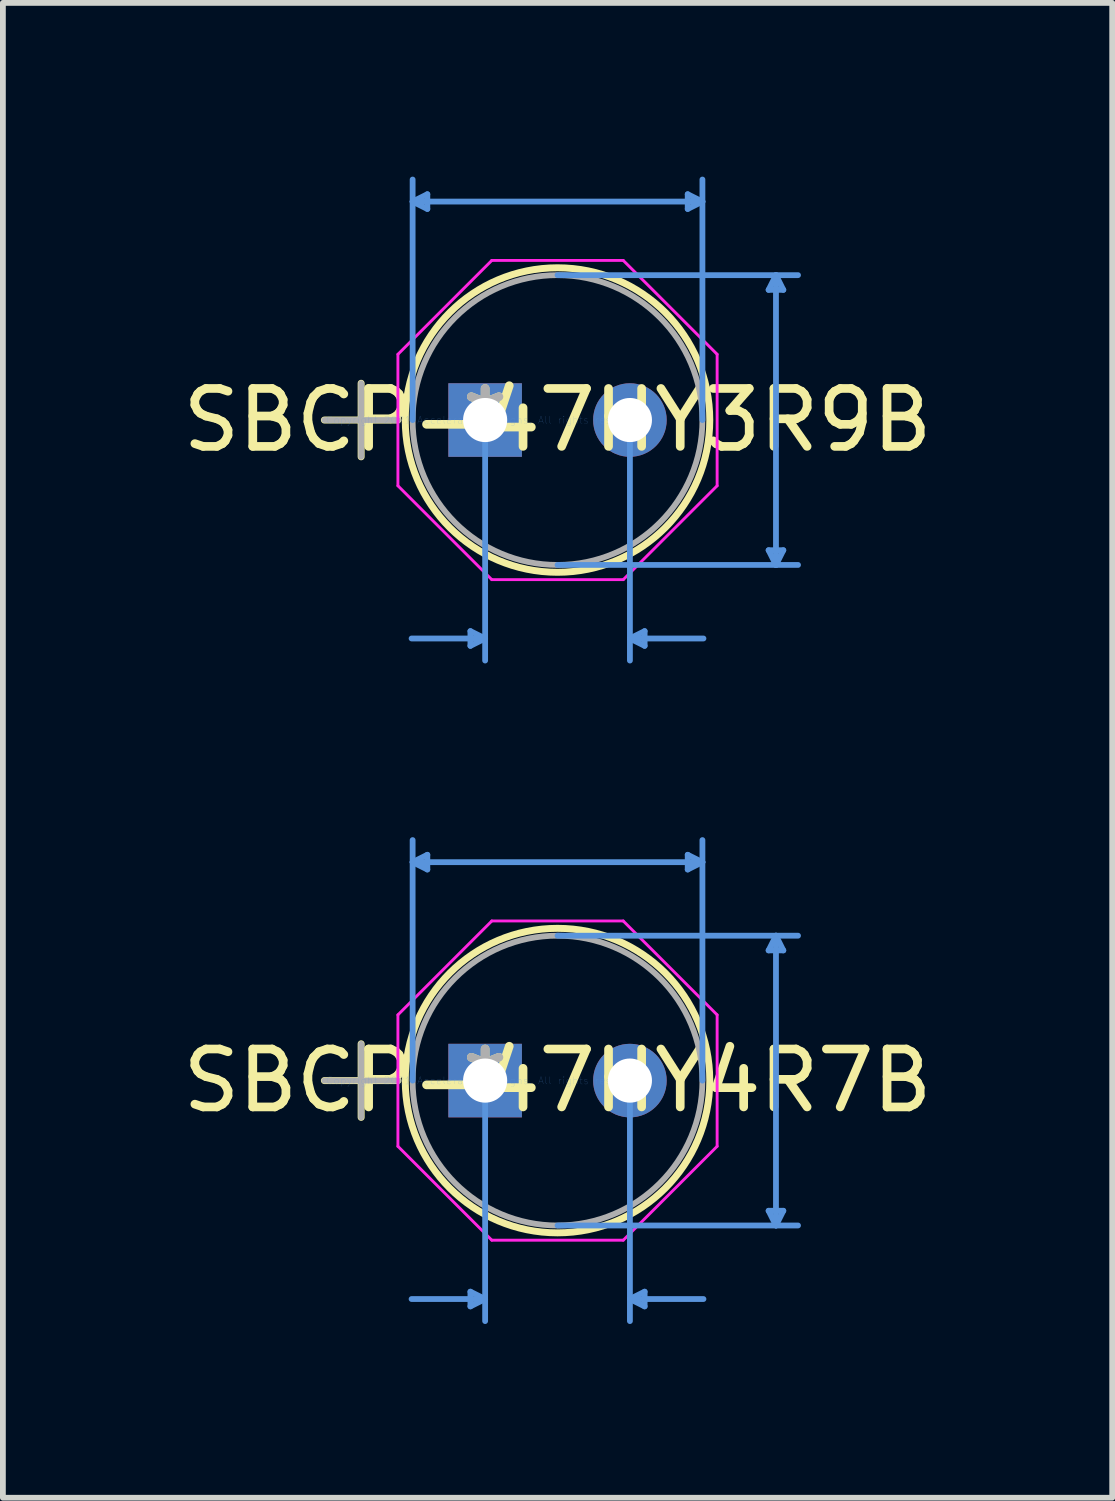
<source format=kicad_pcb>
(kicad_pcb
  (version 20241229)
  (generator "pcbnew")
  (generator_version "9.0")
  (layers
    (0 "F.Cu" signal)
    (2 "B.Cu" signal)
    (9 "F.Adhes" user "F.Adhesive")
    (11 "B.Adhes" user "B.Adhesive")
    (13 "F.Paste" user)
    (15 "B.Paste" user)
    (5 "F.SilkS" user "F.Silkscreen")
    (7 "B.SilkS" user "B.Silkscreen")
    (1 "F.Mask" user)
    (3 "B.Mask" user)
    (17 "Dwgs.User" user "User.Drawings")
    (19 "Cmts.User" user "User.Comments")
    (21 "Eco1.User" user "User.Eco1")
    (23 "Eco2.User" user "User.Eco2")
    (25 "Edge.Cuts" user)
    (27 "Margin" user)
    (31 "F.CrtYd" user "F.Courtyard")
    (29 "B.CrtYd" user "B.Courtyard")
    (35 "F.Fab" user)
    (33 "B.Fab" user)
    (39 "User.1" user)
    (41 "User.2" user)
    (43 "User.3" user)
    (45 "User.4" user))
  (footprint "SBCP-47HY3R9B"
    (layer "F.Cu")
    (at 5.327 4.203)
    (property "Reference" "SBCP-47HY3R9B" (at 1.25 0 0) (layer "F.SilkS") (effects (font (size 1 1) (thickness 0.15))))
    (attr through_hole)
    (fp_line (start -2.776 0) (end -1.506 0) (stroke (width 0.12) (type solid)) (layer "F.SilkS"))
    (fp_line (start -2.141 -0.635) (end -2.141 0.635) (stroke (width 0.12) (type solid)) (layer "F.SilkS"))
    (fp_circle (center 1.25 0) (end 3.879 0) (stroke (width 0.12) (type solid)) (fill no) (layer "F.SilkS"))
    (fp_line (start -1.252 -3.772) (end -0.998 -3.899) (stroke (width 0.1) (type solid)) (layer "Cmts.User"))
    (fp_line (start -1.252 -3.772) (end -0.998 -3.645) (stroke (width 0.1) (type solid)) (layer "Cmts.User"))
    (fp_line (start -1.252 -3.772) (end 3.752 -3.772) (stroke (width 0.1) (type solid)) (layer "Cmts.User"))
    (fp_line (start -1.252 0) (end -1.252 -4.153) (stroke (width 0.1) (type solid)) (layer "Cmts.User"))
    (fp_line (start -0.998 -3.899) (end -0.998 -3.645) (stroke (width 0.1) (type solid)) (layer "Cmts.User"))
    (fp_line (start -0.254 3.645) (end -0.254 3.899) (stroke (width 0.1) (type solid)) (layer "Cmts.User"))
    (fp_line (start 0 0) (end 0 4.153) (stroke (width 0.1) (type solid)) (layer "Cmts.User"))
    (fp_line (start 0 3.772) (end -1.27 3.772) (stroke (width 0.1) (type solid)) (layer "Cmts.User"))
    (fp_line (start 0 3.772) (end -0.254 3.645) (stroke (width 0.1) (type solid)) (layer "Cmts.User"))
    (fp_line (start 0 3.772) (end -0.254 3.899) (stroke (width 0.1) (type solid)) (layer "Cmts.User"))
    (fp_line (start 1.25 -2.502) (end 5.403 -2.502) (stroke (width 0.1) (type solid)) (layer "Cmts.User"))
    (fp_line (start 1.25 2.502) (end 5.403 2.502) (stroke (width 0.1) (type solid)) (layer "Cmts.User"))
    (fp_line (start 2.5 0) (end 2.5 4.153) (stroke (width 0.1) (type solid)) (layer "Cmts.User"))
    (fp_line (start 2.5 3.772) (end 2.754 3.645) (stroke (width 0.1) (type solid)) (layer "Cmts.User"))
    (fp_line (start 2.5 3.772) (end 2.754 3.899) (stroke (width 0.1) (type solid)) (layer "Cmts.User"))
    (fp_line (start 2.5 3.772) (end 3.77 3.772) (stroke (width 0.1) (type solid)) (layer "Cmts.User"))
    (fp_line (start 2.754 3.645) (end 2.754 3.899) (stroke (width 0.1) (type solid)) (layer "Cmts.User"))
    (fp_line (start 3.498 -3.899) (end 3.498 -3.645) (stroke (width 0.1) (type solid)) (layer "Cmts.User"))
    (fp_line (start 3.752 -3.772) (end 3.498 -3.899) (stroke (width 0.1) (type solid)) (layer "Cmts.User"))
    (fp_line (start 3.752 -3.772) (end 3.498 -3.645) (stroke (width 0.1) (type solid)) (layer "Cmts.User"))
    (fp_line (start 3.752 0) (end 3.752 -4.153) (stroke (width 0.1) (type solid)) (layer "Cmts.User"))
    (fp_line (start 4.895 -2.248) (end 5.149 -2.248) (stroke (width 0.1) (type solid)) (layer "Cmts.User"))
    (fp_line (start 4.895 2.248) (end 5.149 2.248) (stroke (width 0.1) (type solid)) (layer "Cmts.User"))
    (fp_line (start 5.022 -2.502) (end 4.895 -2.248) (stroke (width 0.1) (type solid)) (layer "Cmts.User"))
    (fp_line (start 5.022 -2.502) (end 5.022 2.502) (stroke (width 0.1) (type solid)) (layer "Cmts.User"))
    (fp_line (start 5.022 -2.502) (end 5.149 -2.248) (stroke (width 0.1) (type solid)) (layer "Cmts.User"))
    (fp_line (start 5.022 2.502) (end 4.895 2.248) (stroke (width 0.1) (type solid)) (layer "Cmts.User"))
    (fp_line (start 5.022 2.502) (end 5.149 2.248) (stroke (width 0.1) (type solid)) (layer "Cmts.User"))
    (fp_line (start -1.506 -1.135) (end 0.115 -2.756) (stroke (width 0.05) (type solid)) (layer "F.CrtYd"))
    (fp_line (start -1.506 1.135) (end -1.506 -1.135) (stroke (width 0.05) (type solid)) (layer "F.CrtYd"))
    (fp_line (start 0.115 -2.756) (end 2.385 -2.756) (stroke (width 0.05) (type solid)) (layer "F.CrtYd"))
    (fp_line (start 0.115 2.756) (end -1.506 1.135) (stroke (width 0.05) (type solid)) (layer "F.CrtYd"))
    (fp_line (start 2.385 -2.756) (end 4.006 -1.135) (stroke (width 0.05) (type solid)) (layer "F.CrtYd"))
    (fp_line (start 2.385 2.756) (end 0.115 2.756) (stroke (width 0.05) (type solid)) (layer "F.CrtYd"))
    (fp_line (start 4.006 -1.135) (end 4.006 1.135) (stroke (width 0.05) (type solid)) (layer "F.CrtYd"))
    (fp_line (start 4.006 1.135) (end 2.385 2.756) (stroke (width 0.05) (type solid)) (layer "F.CrtYd"))
    (fp_line (start -2.776 0) (end -1.506 0) (stroke (width 0.1) (type solid)) (layer "F.Fab"))
    (fp_line (start -2.141 -0.635) (end -2.141 0.635) (stroke (width 0.1) (type solid)) (layer "F.Fab"))
    (fp_circle (center 1.25 0) (end 3.752 0) (stroke (width 0.1) (type solid)) (fill no) (layer "F.Fab"))
    (fp_text user "*" (at 0 0 0) (layer "F.SilkS") (effects (font (size 1 1) (thickness 0.15))))
    (fp_text user "Copyright 2021 Accelerated Designs. All rights reserved." (at 0 0 0) (layer "Cmts.User") (effects (font (size 0.127 0.127) (thickness 0.002))))
    (fp_text user "*" (at 0 0 0) (layer "F.Fab") (effects (font (size 1 1) (thickness 0.15))))
    (pad "1" thru_hole rect (at 0 0) (size 1.27 1.27) (drill 0.762) (layers "*.Cu" "*.Mask"))
    (pad "2" thru_hole circle (at 2.5 0) (size 1.27 1.27) (drill 0.762) (layers "*.Cu" "*.Mask")))
  (footprint "SBCP-47HY4R7B"
    (layer "F.Cu")
    (at 5.327 15.609)
    (property "Reference" "SBCP-47HY4R7B" (at 1.25 0 0) (layer "F.SilkS") (effects (font (size 1 1) (thickness 0.15))))
    (attr through_hole)
    (fp_line (start -2.776 0) (end -1.506 0) (stroke (width 0.12) (type solid)) (layer "F.SilkS"))
    (fp_line (start -2.141 -0.635) (end -2.141 0.635) (stroke (width 0.12) (type solid)) (layer "F.SilkS"))
    (fp_circle (center 1.25 0) (end 3.879 0) (stroke (width 0.12) (type solid)) (fill no) (layer "F.SilkS"))
    (fp_line (start -1.252 -3.772) (end -0.998 -3.899) (stroke (width 0.1) (type solid)) (layer "Cmts.User"))
    (fp_line (start -1.252 -3.772) (end -0.998 -3.645) (stroke (width 0.1) (type solid)) (layer "Cmts.User"))
    (fp_line (start -1.252 -3.772) (end 3.752 -3.772) (stroke (width 0.1) (type solid)) (layer "Cmts.User"))
    (fp_line (start -1.252 0) (end -1.252 -4.153) (stroke (width 0.1) (type solid)) (layer "Cmts.User"))
    (fp_line (start -0.998 -3.899) (end -0.998 -3.645) (stroke (width 0.1) (type solid)) (layer "Cmts.User"))
    (fp_line (start -0.254 3.645) (end -0.254 3.899) (stroke (width 0.1) (type solid)) (layer "Cmts.User"))
    (fp_line (start 0 0) (end 0 4.153) (stroke (width 0.1) (type solid)) (layer "Cmts.User"))
    (fp_line (start 0 3.772) (end -1.27 3.772) (stroke (width 0.1) (type solid)) (layer "Cmts.User"))
    (fp_line (start 0 3.772) (end -0.254 3.645) (stroke (width 0.1) (type solid)) (layer "Cmts.User"))
    (fp_line (start 0 3.772) (end -0.254 3.899) (stroke (width 0.1) (type solid)) (layer "Cmts.User"))
    (fp_line (start 1.25 -2.502) (end 5.403 -2.502) (stroke (width 0.1) (type solid)) (layer "Cmts.User"))
    (fp_line (start 1.25 2.502) (end 5.403 2.502) (stroke (width 0.1) (type solid)) (layer "Cmts.User"))
    (fp_line (start 2.5 0) (end 2.5 4.153) (stroke (width 0.1) (type solid)) (layer "Cmts.User"))
    (fp_line (start 2.5 3.772) (end 2.754 3.645) (stroke (width 0.1) (type solid)) (layer "Cmts.User"))
    (fp_line (start 2.5 3.772) (end 2.754 3.899) (stroke (width 0.1) (type solid)) (layer "Cmts.User"))
    (fp_line (start 2.5 3.772) (end 3.77 3.772) (stroke (width 0.1) (type solid)) (layer "Cmts.User"))
    (fp_line (start 2.754 3.645) (end 2.754 3.899) (stroke (width 0.1) (type solid)) (layer "Cmts.User"))
    (fp_line (start 3.498 -3.899) (end 3.498 -3.645) (stroke (width 0.1) (type solid)) (layer "Cmts.User"))
    (fp_line (start 3.752 -3.772) (end 3.498 -3.899) (stroke (width 0.1) (type solid)) (layer "Cmts.User"))
    (fp_line (start 3.752 -3.772) (end 3.498 -3.645) (stroke (width 0.1) (type solid)) (layer "Cmts.User"))
    (fp_line (start 3.752 0) (end 3.752 -4.153) (stroke (width 0.1) (type solid)) (layer "Cmts.User"))
    (fp_line (start 4.895 -2.248) (end 5.149 -2.248) (stroke (width 0.1) (type solid)) (layer "Cmts.User"))
    (fp_line (start 4.895 2.248) (end 5.149 2.248) (stroke (width 0.1) (type solid)) (layer "Cmts.User"))
    (fp_line (start 5.022 -2.502) (end 4.895 -2.248) (stroke (width 0.1) (type solid)) (layer "Cmts.User"))
    (fp_line (start 5.022 -2.502) (end 5.022 2.502) (stroke (width 0.1) (type solid)) (layer "Cmts.User"))
    (fp_line (start 5.022 -2.502) (end 5.149 -2.248) (stroke (width 0.1) (type solid)) (layer "Cmts.User"))
    (fp_line (start 5.022 2.502) (end 4.895 2.248) (stroke (width 0.1) (type solid)) (layer "Cmts.User"))
    (fp_line (start 5.022 2.502) (end 5.149 2.248) (stroke (width 0.1) (type solid)) (layer "Cmts.User"))
    (fp_line (start -1.506 -1.135) (end 0.115 -2.756) (stroke (width 0.05) (type solid)) (layer "F.CrtYd"))
    (fp_line (start -1.506 1.135) (end -1.506 -1.135) (stroke (width 0.05) (type solid)) (layer "F.CrtYd"))
    (fp_line (start 0.115 -2.756) (end 2.385 -2.756) (stroke (width 0.05) (type solid)) (layer "F.CrtYd"))
    (fp_line (start 0.115 2.756) (end -1.506 1.135) (stroke (width 0.05) (type solid)) (layer "F.CrtYd"))
    (fp_line (start 2.385 -2.756) (end 4.006 -1.135) (stroke (width 0.05) (type solid)) (layer "F.CrtYd"))
    (fp_line (start 2.385 2.756) (end 0.115 2.756) (stroke (width 0.05) (type solid)) (layer "F.CrtYd"))
    (fp_line (start 4.006 -1.135) (end 4.006 1.135) (stroke (width 0.05) (type solid)) (layer "F.CrtYd"))
    (fp_line (start 4.006 1.135) (end 2.385 2.756) (stroke (width 0.05) (type solid)) (layer "F.CrtYd"))
    (fp_line (start -2.776 0) (end -1.506 0) (stroke (width 0.1) (type solid)) (layer "F.Fab"))
    (fp_line (start -2.141 -0.635) (end -2.141 0.635) (stroke (width 0.1) (type solid)) (layer "F.Fab"))
    (fp_circle (center 1.25 0) (end 3.752 0) (stroke (width 0.1) (type solid)) (fill no) (layer "F.Fab"))
    (fp_text user "*" (at 0 0 0) (layer "F.SilkS") (effects (font (size 1 1) (thickness 0.15))))
    (fp_text user "Copyright 2021 Accelerated Designs. All rights reserved." (at 0 0 0) (layer "Cmts.User") (effects (font (size 0.127 0.127) (thickness 0.002))))
    (fp_text user "*" (at 0 0 0) (layer "F.Fab") (effects (font (size 1 1) (thickness 0.15))))
    (pad "1" thru_hole rect (at 0 0) (size 1.27 1.27) (drill 0.762) (layers "*.Cu" "*.Mask"))
    (pad "2" thru_hole circle (at 2.5 0) (size 1.27 1.27) (drill 0.762) (layers "*.Cu" "*.Mask")))
  (gr_rect
    (start -3 -3)
    (end 16.155 22.812)
    (stroke (width 0.1) (type default))
    (fill no)
    (layer "Edge.Cuts")))
</source>
